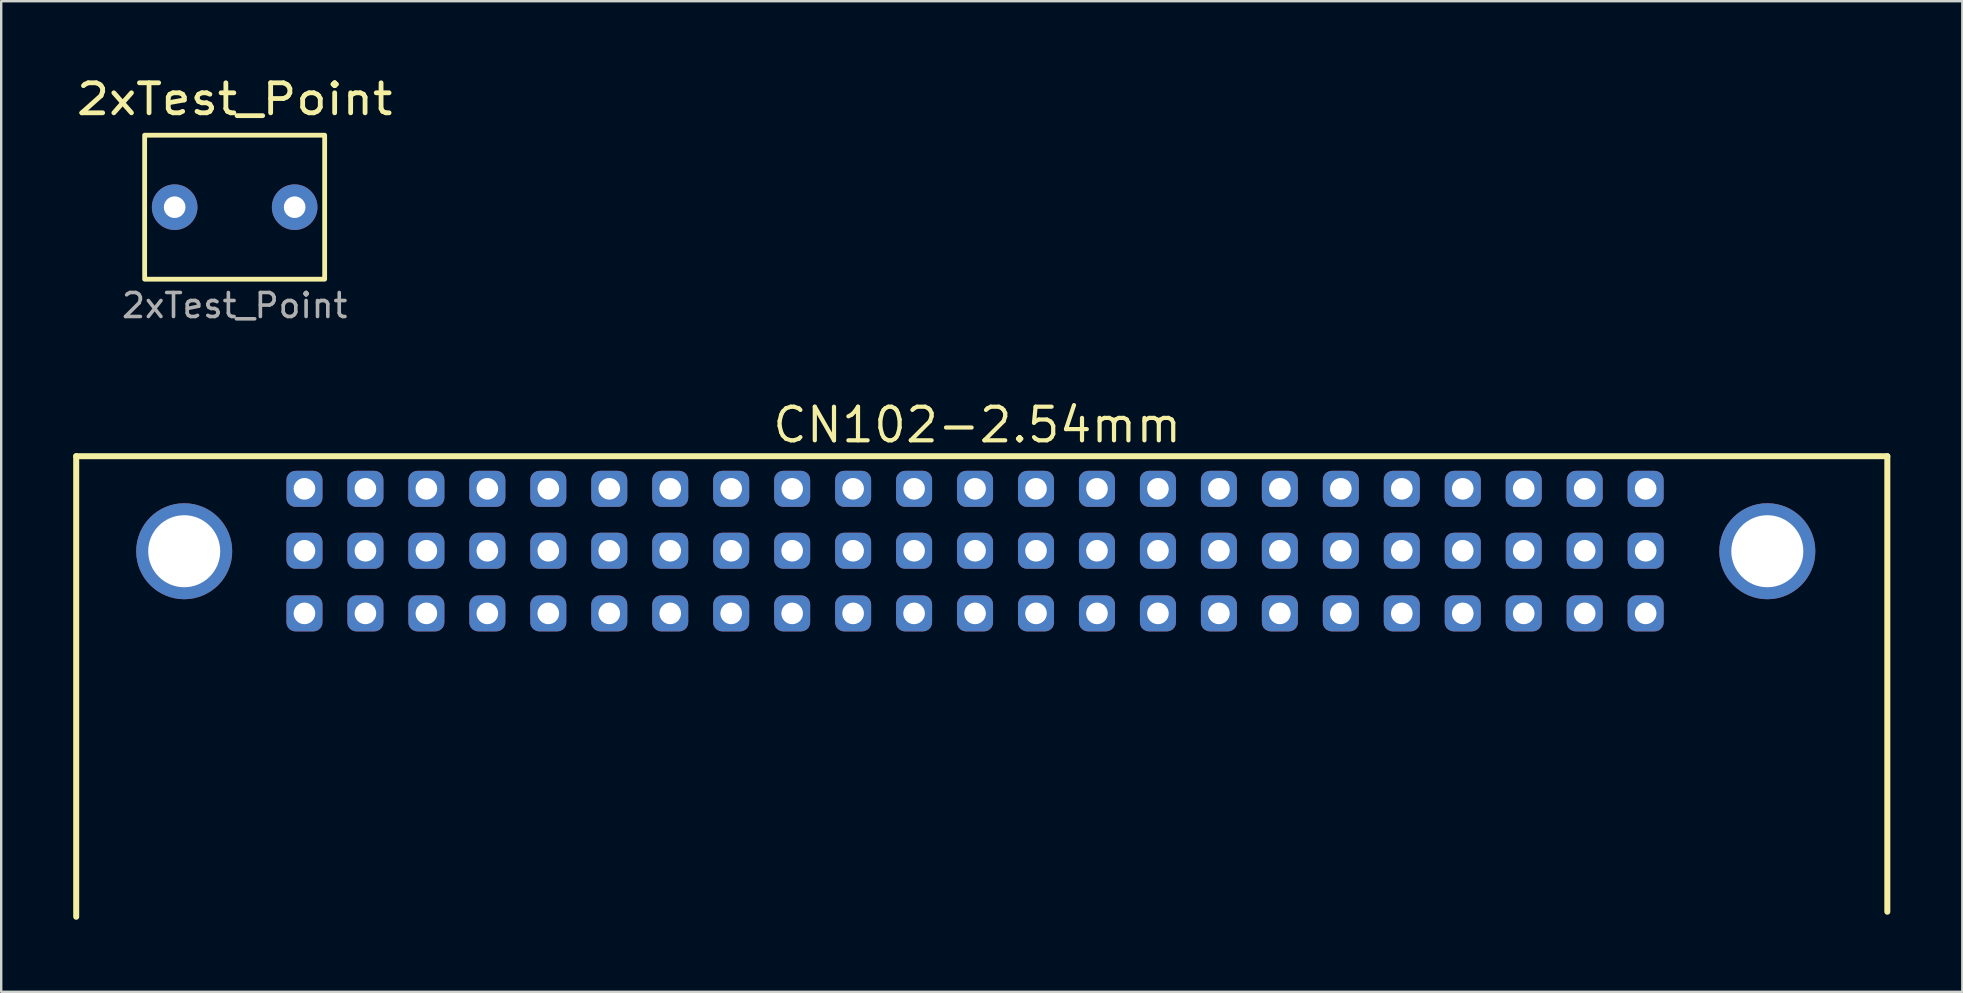
<source format=kicad_pcb>
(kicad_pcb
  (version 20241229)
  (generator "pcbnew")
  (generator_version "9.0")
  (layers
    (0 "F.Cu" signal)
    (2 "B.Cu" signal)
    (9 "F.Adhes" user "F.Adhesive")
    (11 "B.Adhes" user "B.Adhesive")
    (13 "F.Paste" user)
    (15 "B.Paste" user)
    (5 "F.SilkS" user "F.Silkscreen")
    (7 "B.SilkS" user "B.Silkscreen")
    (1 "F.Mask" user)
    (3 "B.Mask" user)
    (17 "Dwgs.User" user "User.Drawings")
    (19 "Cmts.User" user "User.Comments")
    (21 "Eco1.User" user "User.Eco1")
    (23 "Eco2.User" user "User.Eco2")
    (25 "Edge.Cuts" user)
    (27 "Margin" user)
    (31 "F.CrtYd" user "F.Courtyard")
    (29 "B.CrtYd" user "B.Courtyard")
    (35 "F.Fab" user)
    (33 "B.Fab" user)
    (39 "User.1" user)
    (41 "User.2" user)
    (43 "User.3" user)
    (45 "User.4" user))
  (footprint "CN102-2.54mm"
    (layer "F.Cu")
    (at 37.675 19.907)
    (property "Reference" "CN102-2.54mm" (at -0.01 -5.25 0) (layer "F.SilkS") (effects (font (size 1.4 1.4) (thickness 0.175))))
    (attr through_hole)
    (fp_line (start -37.55 -3.95) (end 37.91 -3.95) (stroke (width 0.25) (type default)) (layer "F.SilkS"))
    (fp_line (start -37.55 15.24) (end -37.55 -3.95) (stroke (width 0.25) (type default)) (layer "F.SilkS"))
    (fp_line (start 37.91 -3.95) (end 37.91 15.03) (stroke (width 0.25) (type default)) (layer "F.SilkS"))
    (pad "0" thru_hole circle (at -33.05 0.01) (size 4 4) (drill 3) (layers "*.Cu" "*.Mask"))
    (pad "0" thru_hole circle (at 32.91 0.01) (size 4 4) (drill 3) (layers "*.Cu" "*.Mask"))
    (pad "a1" thru_hole roundrect (at -28.04 2.6) (size 1.5 1.5) (drill 0.9) (layers "*.Cu" "*.Mask") (roundrect_rratio 0.25))
    (pad "a2" thru_hole roundrect (at -25.5 2.6) (size 1.5 1.5) (drill 0.9) (layers "*.Cu" "*.Mask") (roundrect_rratio 0.25))
    (pad "a3" thru_hole roundrect (at -22.96 2.6) (size 1.5 1.5) (drill 0.9) (layers "*.Cu" "*.Mask") (roundrect_rratio 0.25))
    (pad "a4" thru_hole roundrect (at -20.42 2.6) (size 1.5 1.5) (drill 0.9) (layers "*.Cu" "*.Mask") (roundrect_rratio 0.25))
    (pad "a5" thru_hole roundrect (at -17.88 2.6) (size 1.5 1.5) (drill 0.9) (layers "*.Cu" "*.Mask") (roundrect_rratio 0.25))
    (pad "a6" thru_hole roundrect (at -15.34 2.6) (size 1.5 1.5) (drill 0.9) (layers "*.Cu" "*.Mask") (roundrect_rratio 0.25))
    (pad "a7" thru_hole roundrect (at -12.8 2.6) (size 1.5 1.5) (drill 0.9) (layers "*.Cu" "*.Mask") (roundrect_rratio 0.25))
    (pad "a8" thru_hole roundrect (at -10.26 2.6) (size 1.5 1.5) (drill 0.9) (layers "*.Cu" "*.Mask") (roundrect_rratio 0.25))
    (pad "a9" thru_hole roundrect (at -7.72 2.6) (size 1.5 1.5) (drill 0.9) (layers "*.Cu" "*.Mask") (roundrect_rratio 0.25))
    (pad "a10" thru_hole roundrect (at -5.18 2.6) (size 1.5 1.5) (drill 0.9) (layers "*.Cu" "*.Mask") (roundrect_rratio 0.25))
    (pad "a11" thru_hole roundrect (at -2.64 2.6) (size 1.5 1.5) (drill 0.9) (layers "*.Cu" "*.Mask") (roundrect_rratio 0.25))
    (pad "a12" thru_hole roundrect (at -0.1 2.6) (size 1.5 1.5) (drill 0.9) (layers "*.Cu" "*.Mask") (roundrect_rratio 0.25))
    (pad "a13" thru_hole roundrect (at 2.44 2.6) (size 1.5 1.5) (drill 0.9) (layers "*.Cu" "*.Mask") (roundrect_rratio 0.25))
    (pad "a14" thru_hole roundrect (at 4.98 2.6) (size 1.5 1.5) (drill 0.9) (layers "*.Cu" "*.Mask") (roundrect_rratio 0.25))
    (pad "a15" thru_hole roundrect (at 7.52 2.6) (size 1.5 1.5) (drill 0.9) (layers "*.Cu" "*.Mask") (roundrect_rratio 0.25))
    (pad "a16" thru_hole roundrect (at 10.06 2.6) (size 1.5 1.5) (drill 0.9) (layers "*.Cu" "*.Mask") (roundrect_rratio 0.25))
    (pad "a17" thru_hole roundrect (at 12.6 2.6) (size 1.5 1.5) (drill 0.9) (layers "*.Cu" "*.Mask") (roundrect_rratio 0.25))
    (pad "a18" thru_hole roundrect (at 15.14 2.6) (size 1.5 1.5) (drill 0.9) (layers "*.Cu" "*.Mask") (roundrect_rratio 0.25))
    (pad "a19" thru_hole roundrect (at 17.68 2.6) (size 1.5 1.5) (drill 0.9) (layers "*.Cu" "*.Mask") (roundrect_rratio 0.25))
    (pad "a20" thru_hole roundrect (at 20.22 2.6) (size 1.5 1.5) (drill 0.9) (layers "*.Cu" "*.Mask") (roundrect_rratio 0.25))
    (pad "a21" thru_hole roundrect (at 22.76 2.6) (size 1.5 1.5) (drill 0.9) (layers "*.Cu" "*.Mask") (roundrect_rratio 0.25))
    (pad "a22" thru_hole roundrect (at 25.3 2.6) (size 1.5 1.5) (drill 0.9) (layers "*.Cu" "*.Mask") (roundrect_rratio 0.25))
    (pad "a23" thru_hole roundrect (at 27.84 2.6) (size 1.5 1.5) (drill 0.9) (layers "*.Cu" "*.Mask") (roundrect_rratio 0.25))
    (pad "b1" thru_hole roundrect (at -28.04 -0.01) (size 1.5 1.5) (drill 0.9) (layers "*.Cu" "*.Mask") (roundrect_rratio 0.25))
    (pad "b2" thru_hole roundrect (at -25.5 -0.01) (size 1.5 1.5) (drill 0.9) (layers "*.Cu" "*.Mask") (roundrect_rratio 0.25))
    (pad "b3" thru_hole roundrect (at -22.96 -0.01) (size 1.5 1.5) (drill 0.9) (layers "*.Cu" "*.Mask") (roundrect_rratio 0.25))
    (pad "b4" thru_hole roundrect (at -20.42 -0.01) (size 1.5 1.5) (drill 0.9) (layers "*.Cu" "*.Mask") (roundrect_rratio 0.25))
    (pad "b4" thru_hole roundrect (at -17.88 -0.01) (size 1.5 1.5) (drill 0.9) (layers "*.Cu" "*.Mask") (roundrect_rratio 0.25))
    (pad "b6" thru_hole roundrect (at -15.34 -0.01) (size 1.5 1.5) (drill 0.9) (layers "*.Cu" "*.Mask") (roundrect_rratio 0.25))
    (pad "b7" thru_hole roundrect (at -12.8 -0.01) (size 1.5 1.5) (drill 0.9) (layers "*.Cu" "*.Mask") (roundrect_rratio 0.25))
    (pad "b8" thru_hole roundrect (at -10.26 -0.01) (size 1.5 1.5) (drill 0.9) (layers "*.Cu" "*.Mask") (roundrect_rratio 0.25))
    (pad "b9" thru_hole roundrect (at -7.72 -0.01) (size 1.5 1.5) (drill 0.9) (layers "*.Cu" "*.Mask") (roundrect_rratio 0.25))
    (pad "b10" thru_hole roundrect (at -5.18 -0.01) (size 1.5 1.5) (drill 0.9) (layers "*.Cu" "*.Mask") (roundrect_rratio 0.25))
    (pad "b11" thru_hole roundrect (at -2.64 -0.01) (size 1.5 1.5) (drill 0.9) (layers "*.Cu" "*.Mask") (roundrect_rratio 0.25))
    (pad "b12" thru_hole roundrect (at -0.1 -0.01) (size 1.5 1.5) (drill 0.9) (layers "*.Cu" "*.Mask") (roundrect_rratio 0.25))
    (pad "b13" thru_hole roundrect (at 2.44 -0.01) (size 1.5 1.5) (drill 0.9) (layers "*.Cu" "*.Mask") (roundrect_rratio 0.25))
    (pad "b14" thru_hole roundrect (at 4.98 -0.01) (size 1.5 1.5) (drill 0.9) (layers "*.Cu" "*.Mask") (roundrect_rratio 0.25))
    (pad "b15" thru_hole roundrect (at 7.52 -0.01) (size 1.5 1.5) (drill 0.9) (layers "*.Cu" "*.Mask") (roundrect_rratio 0.25))
    (pad "b16" thru_hole roundrect (at 10.06 -0.01) (size 1.5 1.5) (drill 0.9) (layers "*.Cu" "*.Mask") (roundrect_rratio 0.25))
    (pad "b17" thru_hole roundrect (at 12.6 -0.01) (size 1.5 1.5) (drill 0.9) (layers "*.Cu" "*.Mask") (roundrect_rratio 0.25))
    (pad "b18" thru_hole roundrect (at 15.14 -0.01) (size 1.5 1.5) (drill 0.9) (layers "*.Cu" "*.Mask") (roundrect_rratio 0.25))
    (pad "b19" thru_hole roundrect (at 17.68 -0.01) (size 1.5 1.5) (drill 0.9) (layers "*.Cu" "*.Mask") (roundrect_rratio 0.25))
    (pad "b20" thru_hole roundrect (at 20.22 -0.01) (size 1.5 1.5) (drill 0.9) (layers "*.Cu" "*.Mask") (roundrect_rratio 0.25))
    (pad "b21" thru_hole roundrect (at 22.76 -0.01) (size 1.5 1.5) (drill 0.9) (layers "*.Cu" "*.Mask") (roundrect_rratio 0.25))
    (pad "b22" thru_hole roundrect (at 25.3 -0.01) (size 1.5 1.5) (drill 0.9) (layers "*.Cu" "*.Mask") (roundrect_rratio 0.25))
    (pad "b23" thru_hole roundrect (at 27.84 -0.01) (size 1.5 1.5) (drill 0.9) (layers "*.Cu" "*.Mask") (roundrect_rratio 0.25))
    (pad "c1" thru_hole roundrect (at -28.04 -2.59) (size 1.5 1.5) (drill 0.9) (layers "*.Cu" "*.Mask") (roundrect_rratio 0.25))
    (pad "c2" thru_hole roundrect (at -25.5 -2.59) (size 1.5 1.5) (drill 0.9) (layers "*.Cu" "*.Mask") (roundrect_rratio 0.25))
    (pad "c3" thru_hole roundrect (at -22.96 -2.59) (size 1.5 1.5) (drill 0.9) (layers "*.Cu" "*.Mask") (roundrect_rratio 0.25))
    (pad "c4" thru_hole roundrect (at -20.42 -2.59) (size 1.5 1.5) (drill 0.9) (layers "*.Cu" "*.Mask") (roundrect_rratio 0.25))
    (pad "c5" thru_hole roundrect (at -17.88 -2.59) (size 1.5 1.5) (drill 0.9) (layers "*.Cu" "*.Mask") (roundrect_rratio 0.25))
    (pad "c6" thru_hole roundrect (at -15.34 -2.59) (size 1.5 1.5) (drill 0.9) (layers "*.Cu" "*.Mask") (roundrect_rratio 0.25))
    (pad "c7" thru_hole roundrect (at -12.8 -2.59) (size 1.5 1.5) (drill 0.9) (layers "*.Cu" "*.Mask") (roundrect_rratio 0.25))
    (pad "c8" thru_hole roundrect (at -10.26 -2.59) (size 1.5 1.5) (drill 0.9) (layers "*.Cu" "*.Mask") (roundrect_rratio 0.25))
    (pad "c9" thru_hole roundrect (at -7.72 -2.59) (size 1.5 1.5) (drill 0.9) (layers "*.Cu" "*.Mask") (roundrect_rratio 0.25))
    (pad "c10" thru_hole roundrect (at -5.18 -2.59) (size 1.5 1.5) (drill 0.9) (layers "*.Cu" "*.Mask") (roundrect_rratio 0.25))
    (pad "c11" thru_hole roundrect (at -2.64 -2.59) (size 1.5 1.5) (drill 0.9) (layers "*.Cu" "*.Mask") (roundrect_rratio 0.25))
    (pad "c12" thru_hole roundrect (at -0.1 -2.59) (size 1.5 1.5) (drill 0.9) (layers "*.Cu" "*.Mask") (roundrect_rratio 0.25))
    (pad "c13" thru_hole roundrect (at 2.44 -2.59) (size 1.5 1.5) (drill 0.9) (layers "*.Cu" "*.Mask") (roundrect_rratio 0.25))
    (pad "c14" thru_hole roundrect (at 4.98 -2.59) (size 1.5 1.5) (drill 0.9) (layers "*.Cu" "*.Mask") (roundrect_rratio 0.25))
    (pad "c15" thru_hole roundrect (at 7.52 -2.59) (size 1.5 1.5) (drill 0.9) (layers "*.Cu" "*.Mask") (roundrect_rratio 0.25))
    (pad "c16" thru_hole roundrect (at 10.06 -2.59) (size 1.5 1.5) (drill 0.9) (layers "*.Cu" "*.Mask") (roundrect_rratio 0.25))
    (pad "c17" thru_hole roundrect (at 12.6 -2.59) (size 1.5 1.5) (drill 0.9) (layers "*.Cu" "*.Mask") (roundrect_rratio 0.25))
    (pad "c18" thru_hole roundrect (at 15.14 -2.59) (size 1.5 1.5) (drill 0.9) (layers "*.Cu" "*.Mask") (roundrect_rratio 0.25))
    (pad "c19" thru_hole roundrect (at 17.68 -2.59) (size 1.5 1.5) (drill 0.9) (layers "*.Cu" "*.Mask") (roundrect_rratio 0.25))
    (pad "c20" thru_hole roundrect (at 20.22 -2.59) (size 1.5 1.5) (drill 0.9) (layers "*.Cu" "*.Mask") (roundrect_rratio 0.25))
    (pad "c21" thru_hole roundrect (at 22.76 -2.59) (size 1.5 1.5) (drill 0.9) (layers "*.Cu" "*.Mask") (roundrect_rratio 0.25))
    (pad "c22" thru_hole roundrect (at 25.3 -2.59) (size 1.5 1.5) (drill 0.9) (layers "*.Cu" "*.Mask") (roundrect_rratio 0.25))
    (pad "c23" thru_hole roundrect (at 27.84 -2.59) (size 1.5 1.5) (drill 0.9) (layers "*.Cu" "*.Mask") (roundrect_rratio 0.25)))
  (footprint "2xTest_Point"
    (layer "F.Cu")
    (at 6.727 5.582)
    (property "Reference" "2xTest_Point" (at 0 -4.5 0) (unlocked yes) (layer "F.SilkS") (effects (font (size 1.25 1.4) (thickness 0.2))))
    (attr through_hole)
    (fp_rect (start -3.75 -3) (end 3.75 3) (stroke (width 0.2) (type default)) (fill no) (layer "F.SilkS"))
    (fp_text user "${REFERENCE}" (at 0 4.1 0) (unlocked yes) (layer "F.Fab") (effects (font (size 1 1) (thickness 0.15))))
    (pad "1" thru_hole circle (at -2.5 0 180) (size 1.9 1.9) (drill 0.9) (layers "*.Cu" "*.Mask"))
    (pad "2" thru_hole circle (at 2.5 0 180) (size 1.9 1.9) (drill 0.9) (layers "*.Cu" "*.Mask")))
  (gr_rect
    (start -3 -3)
    (end 78.71 38.272)
    (stroke (width 0.1) (type default))
    (fill no)
    (layer "Edge.Cuts")))
</source>
